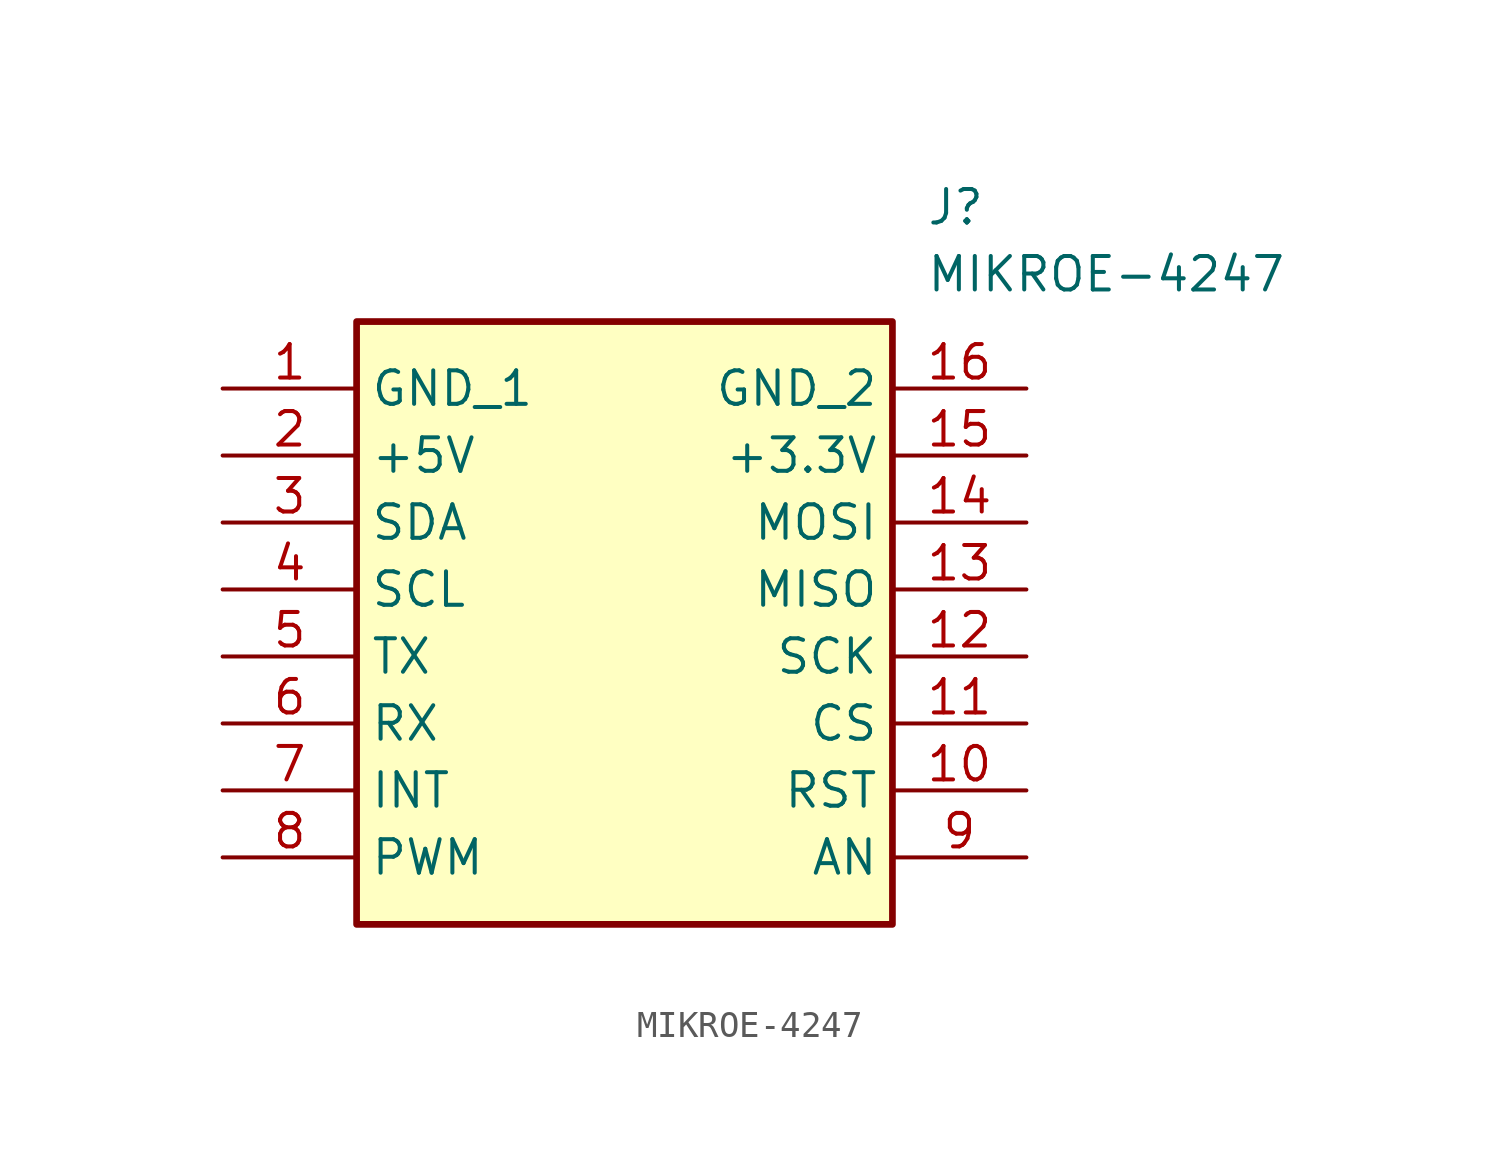
<source format=kicad_sym>
(kicad_symbol_lib
  (version 20211014)
  (generator SamacSys_ECAD_Model)
  (symbol "MIKROE-4247"
    (property "Reference" "J"
      (at 26.67 7.62 0)
      (effects (font (size 1.27 1.27)) (justify left top)))
    (property "Value" "MIKROE-4247"
      (at 26.67 5.08 0)
      (effects (font (size 1.27 1.27)) (justify left top)))
    (rectangle
      (start 5.08 2.54)
      (end 25.4 -20.32)
      (stroke (width 0.254) (type default))
      (fill (type background)))
    (pin passive line
      (at 0 0 0)
      (length 5.08)
      (name "GND_1" (effects (font (size 1.27 1.27))))
      (number "1" (effects (font (size 1.27 1.27)))))
    (pin passive line
      (at 0 -2.54 0)
      (length 5.08)
      (name "+5V" (effects (font (size 1.27 1.27))))
      (number "2" (effects (font (size 1.27 1.27)))))
    (pin passive line
      (at 0 -5.08 0)
      (length 5.08)
      (name "SDA" (effects (font (size 1.27 1.27))))
      (number "3" (effects (font (size 1.27 1.27)))))
    (pin passive line
      (at 0 -7.62 0)
      (length 5.08)
      (name "SCL" (effects (font (size 1.27 1.27))))
      (number "4" (effects (font (size 1.27 1.27)))))
    (pin passive line
      (at 0 -10.16 0)
      (length 5.08)
      (name "TX" (effects (font (size 1.27 1.27))))
      (number "5" (effects (font (size 1.27 1.27)))))
    (pin passive line
      (at 0 -12.7 0)
      (length 5.08)
      (name "RX" (effects (font (size 1.27 1.27))))
      (number "6" (effects (font (size 1.27 1.27)))))
    (pin passive line
      (at 0 -15.24 0)
      (length 5.08)
      (name "INT" (effects (font (size 1.27 1.27))))
      (number "7" (effects (font (size 1.27 1.27)))))
    (pin passive line
      (at 0 -17.78 0)
      (length 5.08)
      (name "PWM" (effects (font (size 1.27 1.27))))
      (number "8" (effects (font (size 1.27 1.27)))))
    (pin passive line
      (at 30.48 -17.78 180)
      (length 5.08)
      (name "AN" (effects (font (size 1.27 1.27))))
      (number "9" (effects (font (size 1.27 1.27)))))
    (pin passive line
      (at 30.48 -15.24 180)
      (length 5.08)
      (name "RST" (effects (font (size 1.27 1.27))))
      (number "10" (effects (font (size 1.27 1.27)))))
    (pin passive line
      (at 30.48 -12.7 180)
      (length 5.08)
      (name "CS" (effects (font (size 1.27 1.27))))
      (number "11" (effects (font (size 1.27 1.27)))))
    (pin passive line
      (at 30.48 -10.16 180)
      (length 5.08)
      (name "SCK" (effects (font (size 1.27 1.27))))
      (number "12" (effects (font (size 1.27 1.27)))))
    (pin passive line
      (at 30.48 -7.62 180)
      (length 5.08)
      (name "MISO" (effects (font (size 1.27 1.27))))
      (number "13" (effects (font (size 1.27 1.27)))))
    (pin passive line
      (at 30.48 -5.08 180)
      (length 5.08)
      (name "MOSI" (effects (font (size 1.27 1.27))))
      (number "14" (effects (font (size 1.27 1.27)))))
    (pin passive line
      (at 30.48 -2.54 180)
      (length 5.08)
      (name "+3.3V" (effects (font (size 1.27 1.27))))
      (number "15" (effects (font (size 1.27 1.27)))))
    (pin passive line
      (at 30.48 0 180)
      (length 5.08)
      (name "GND_2" (effects (font (size 1.27 1.27))))
      (number "16" (effects (font (size 1.27 1.27)))))))
</source>
